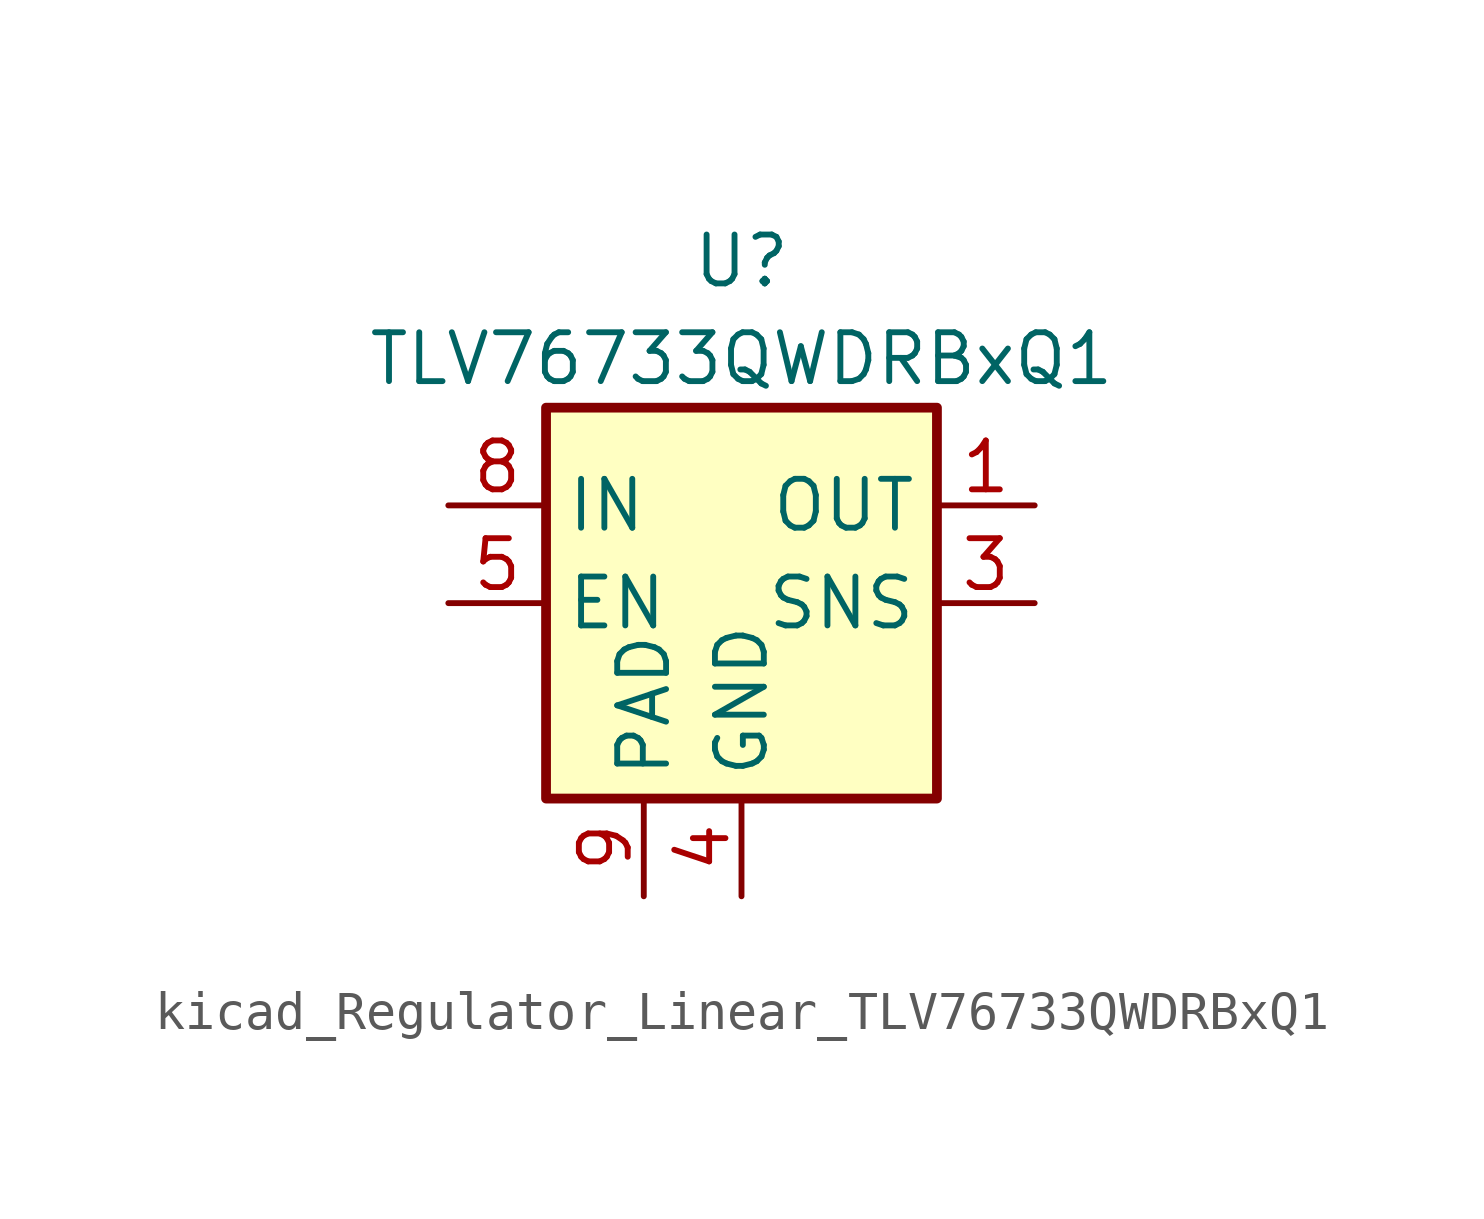
<source format=kicad_sym>
(kicad_symbol_lib
  (version 20220914)
  (generator kicad_symbol_editor)
  (symbol "kicad_Regulator_Linear_TLV76733QWDRBxQ1"
    (property "Reference" "U"
      (at 0 8.89 0)
      (effects (font (size 1.27 1.27))))
    (property "Value" "TLV76733QWDRBxQ1"
      (at 0 6.35 0)
      (effects (font (size 1.27 1.27))))
    (symbol "kicad_Regulator_Linear_TLV76733QWDRBxQ1_0_1"
      (rectangle (start -5.08 5.08) (end 5.08 -5.08) (stroke (width 0.254) (type default)) (fill (type background))))
    (symbol "kicad_Regulator_Linear_TLV76733QWDRBxQ1_1_1"
      (pin power_out line (at 7.62 2.54 180) (length 2.54) (name "OUT" (effects (font (size 1.27 1.27)))) (number "1" (effects (font (size 1.27 1.27)))))
      (pin no_connect line (at 5.08 -2.54 180) (length 2.54) hide (name "NC" (effects (font (size 1.27 1.27)))) (number "2" (effects (font (size 1.27 1.27)))))
      (pin input line (at 7.62 0 180) (length 2.54) (name "SNS" (effects (font (size 1.27 1.27)))) (number "3" (effects (font (size 1.27 1.27)))))
      (pin power_in line (at 0 -7.62 90) (length 2.54) (name "GND" (effects (font (size 1.27 1.27)))) (number "4" (effects (font (size 1.27 1.27)))))
      (pin input line (at -7.62 0 0) (length 2.54) (name "EN" (effects (font (size 1.27 1.27)))) (number "5" (effects (font (size 1.27 1.27)))))
      (pin passive line (at 0 -7.62 90) (length 2.54) hide (name "GND" (effects (font (size 1.27 1.27)))) (number "6" (effects (font (size 1.27 1.27)))))
      (pin no_connect line (at -5.08 -2.54 0) (length 2.54) hide (name "NC" (effects (font (size 1.27 1.27)))) (number "7" (effects (font (size 1.27 1.27)))))
      (pin power_in line (at -7.62 2.54 0) (length 2.54) (name "IN" (effects (font (size 1.27 1.27)))) (number "8" (effects (font (size 1.27 1.27)))))
      (pin passive line (at -2.54 -7.62 90) (length 2.54) (name "PAD" (effects (font (size 1.27 1.27)))) (number "9" (effects (font (size 1.27 1.27))))))))
</source>
